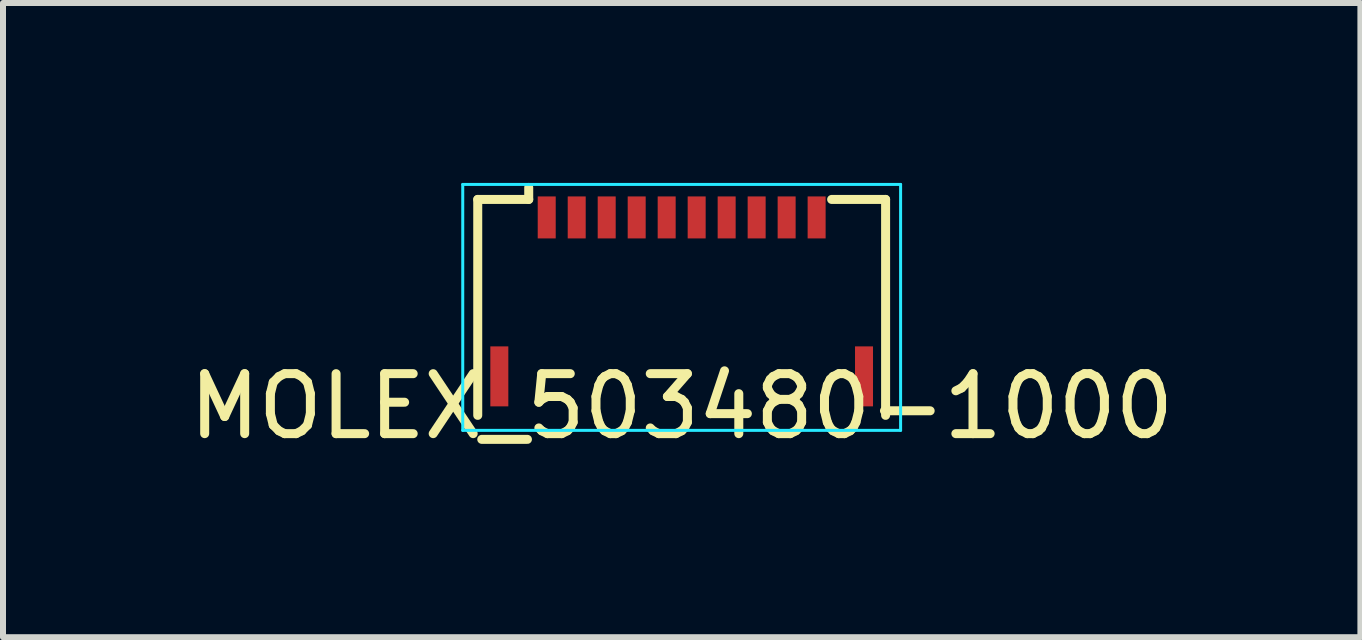
<source format=kicad_pcb>
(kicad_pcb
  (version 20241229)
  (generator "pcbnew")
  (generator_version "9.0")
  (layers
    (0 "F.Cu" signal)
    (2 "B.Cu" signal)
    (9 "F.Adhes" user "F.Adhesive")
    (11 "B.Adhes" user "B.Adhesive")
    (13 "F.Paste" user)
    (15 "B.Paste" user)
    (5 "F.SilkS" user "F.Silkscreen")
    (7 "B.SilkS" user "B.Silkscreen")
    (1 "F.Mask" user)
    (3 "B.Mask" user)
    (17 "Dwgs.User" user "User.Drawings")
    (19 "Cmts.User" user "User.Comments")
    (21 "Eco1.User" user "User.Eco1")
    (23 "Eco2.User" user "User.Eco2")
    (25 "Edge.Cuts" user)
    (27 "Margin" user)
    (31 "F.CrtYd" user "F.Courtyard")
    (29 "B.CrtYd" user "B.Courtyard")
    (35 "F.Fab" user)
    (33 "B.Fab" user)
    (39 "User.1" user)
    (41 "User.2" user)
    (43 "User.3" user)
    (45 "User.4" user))
  (footprint "MOLEX_503480-1000"
    (layer "F.Cu")
    (at 8.315 3.225)
    (property "Reference" "MOLEX_503480-1000" (at 0 0.5 0) (layer "F.SilkS") (effects (font (size 1 1) (thickness 0.15))))
    (attr smd)
    (fp_line (start -3.4 -2.95) (end -2.55 -2.95) (stroke (width 0.15) (type solid)) (layer "F.SilkS"))
    (fp_line (start -3.4 0.65) (end -3.4 -2.95) (stroke (width 0.15) (type solid)) (layer "F.SilkS"))
    (fp_line (start -2.55 -2.95) (end -2.55 -3.15) (stroke (width 0.15) (type solid)) (layer "F.SilkS"))
    (fp_line (start 2.5 -2.95) (end 3.4 -2.95) (stroke (width 0.15) (type solid)) (layer "F.SilkS"))
    (fp_line (start 3.4 -2.95) (end 3.4 0.65) (stroke (width 0.15) (type solid)) (layer "F.SilkS"))
    (fp_line (start -3.65 -3.2) (end 3.65 -3.2) (stroke (width 0.05) (type solid)) (layer "B.CrtYd"))
    (fp_line (start -3.65 0.9) (end -3.65 -3.2) (stroke (width 0.05) (type solid)) (layer "B.CrtYd"))
    (fp_line (start 3.65 -3.2) (end 3.65 0.9) (stroke (width 0.05) (type solid)) (layer "B.CrtYd"))
    (fp_line (start 3.65 0.9) (end -3.65 0.9) (stroke (width 0.05) (type solid)) (layer "B.CrtYd"))
    (pad "" smd rect (at -3.04 0) (size 0.3 1) (layers "F.Cu" "F.Mask" "F.Paste"))
    (pad "" smd rect (at 3.04 0) (size 0.3 1) (layers "F.Cu" "F.Mask" "F.Paste"))
    (pad "1" smd rect (at -2.25 -2.65) (size 0.3 0.7) (layers "F.Cu" "F.Mask" "F.Paste"))
    (pad "2" smd rect (at -1.75 -2.65) (size 0.3 0.7) (layers "F.Cu" "F.Mask" "F.Paste"))
    (pad "3" smd rect (at -1.25 -2.65) (size 0.3 0.7) (layers "F.Cu" "F.Mask" "F.Paste"))
    (pad "4" smd rect (at -0.75 -2.65) (size 0.3 0.7) (layers "F.Cu" "F.Mask" "F.Paste"))
    (pad "5" smd rect (at -0.25 -2.65) (size 0.3 0.7) (layers "F.Cu" "F.Mask" "F.Paste"))
    (pad "6" smd rect (at 0.25 -2.65) (size 0.3 0.7) (layers "F.Cu" "F.Mask" "F.Paste"))
    (pad "7" smd rect (at 0.75 -2.65) (size 0.3 0.7) (layers "F.Cu" "F.Mask" "F.Paste"))
    (pad "8" smd rect (at 1.25 -2.65) (size 0.3 0.7) (layers "F.Cu" "F.Mask" "F.Paste"))
    (pad "9" smd rect (at 1.75 -2.65) (size 0.3 0.7) (layers "F.Cu" "F.Mask" "F.Paste"))
    (pad "10" smd rect (at 2.25 -2.65) (size 0.3 0.7) (layers "F.Cu" "F.Mask" "F.Paste")))
  (gr_rect
    (start -3 -3)
    (end 19.631 7.573)
    (stroke (width 0.1) (type default))
    (fill no)
    (layer "Edge.Cuts")))
</source>
